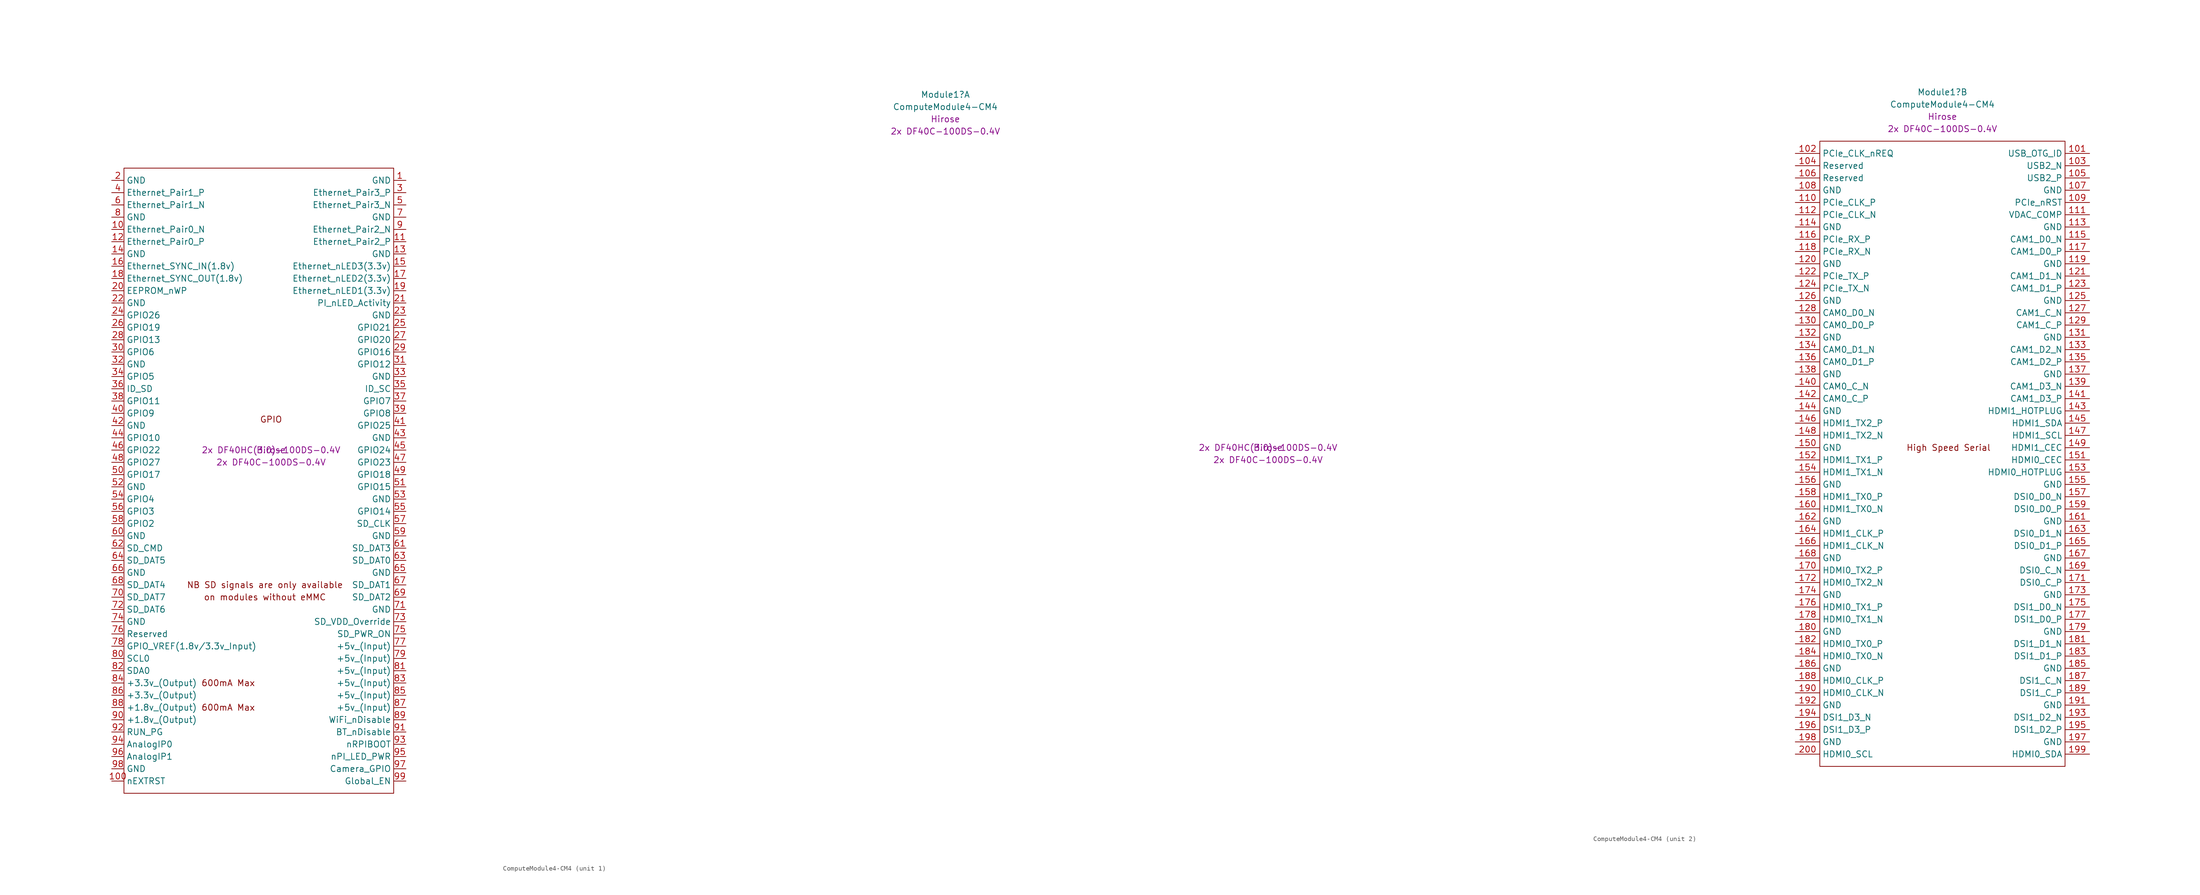
<source format=kicad_sym>
(kicad_symbol_lib
  (version 20220914)
  (generator kicad_symbol_editor)
  (symbol "ComputeModule4-CM4"
    (property "Reference" "Module1"
      (at 139.7 73.66 0)
      (effects (font (size 1.27 1.27))))
    (property "Value" "ComputeModule4-CM4"
      (at 139.7 71.12 0)
      (effects (font (size 1.27 1.27))))
    (property "Field4" "Hirose"
      (at 139.7 68.58 0)
      (effects (font (size 1.27 1.27))))
    (property "Field5" "2x DF40C-100DS-0.4V"
      (at 139.7 66.04 0)
      (effects (font (size 1.27 1.27))))
    (property "Manufacturer" "Hirose"
      (at 0 0 0)
      (effects (font (size 1.27 1.27))))
    (property "MPN" "2x DF40C-100DS-0.4V"
      (at 0 -2.54 0)
      (effects (font (size 1.27 1.27))))
    (property "MPN (Alt)" "2x DF40HC(3.0)-100DS-0.4V"
      (at 0 0 0)
      (effects (font (size 1.27 1.27))))
    (symbol "ComputeModule4-CM4_1_0"
      (text "GPIO" (at 0 6.35 0) (effects (font (size 1.27 1.27)))))
    (symbol "ComputeModule4-CM4_1_1"
      (rectangle (start -30.48 -71.12) (end 25.4 58.42) (stroke (width 0) (type default)) (fill (type none)))
      (text "600mA Max" (at -8.89 -53.34 0) (effects (font (size 1.27 1.27))))
      (text "600mA Max" (at -8.89 -48.26 0) (effects (font (size 1.27 1.27))))
      (text "NB SD signals are only available" (at -1.27 -27.94 0) (effects (font (size 1.27 1.27))))
      (text "on modules without eMMC" (at -1.27 -30.48 0) (effects (font (size 1.27 1.27))))
      (pin power_in line (at 27.94 55.88 180) (length 2.54) (name "GND" (effects (font (size 1.27 1.27)))) (number "1" (effects (font (size 1.27 1.27)))))
      (pin passive line (at -33.02 45.72 0) (length 2.54) (name "Ethernet_Pair0_N" (effects (font (size 1.27 1.27)))) (number "10" (effects (font (size 1.27 1.27)))))
      (pin output line (at -33.02 -68.58 0) (length 2.54) (name "nEXTRST" (effects (font (size 1.27 1.27)))) (number "100" (effects (font (size 1.27 1.27)))))
      (pin passive line (at 27.94 43.18 180) (length 2.54) (name "Ethernet_Pair2_P" (effects (font (size 1.27 1.27)))) (number "11" (effects (font (size 1.27 1.27)))))
      (pin passive line (at -33.02 43.18 0) (length 2.54) (name "Ethernet_Pair0_P" (effects (font (size 1.27 1.27)))) (number "12" (effects (font (size 1.27 1.27)))))
      (pin power_in line (at 27.94 40.64 180) (length 2.54) (name "GND" (effects (font (size 1.27 1.27)))) (number "13" (effects (font (size 1.27 1.27)))))
      (pin power_in line (at -33.02 40.64 0) (length 2.54) (name "GND" (effects (font (size 1.27 1.27)))) (number "14" (effects (font (size 1.27 1.27)))))
      (pin output line (at 27.94 38.1 180) (length 2.54) (name "Ethernet_nLED3(3.3v)" (effects (font (size 1.27 1.27)))) (number "15" (effects (font (size 1.27 1.27)))))
      (pin input line (at -33.02 38.1 0) (length 2.54) (name "Ethernet_SYNC_IN(1.8v)" (effects (font (size 1.27 1.27)))) (number "16" (effects (font (size 1.27 1.27)))))
      (pin output line (at 27.94 35.56 180) (length 2.54) (name "Ethernet_nLED2(3.3v)" (effects (font (size 1.27 1.27)))) (number "17" (effects (font (size 1.27 1.27)))))
      (pin input line (at -33.02 35.56 0) (length 2.54) (name "Ethernet_SYNC_OUT(1.8v)" (effects (font (size 1.27 1.27)))) (number "18" (effects (font (size 1.27 1.27)))))
      (pin output line (at 27.94 33.02 180) (length 2.54) (name "Ethernet_nLED1(3.3v)" (effects (font (size 1.27 1.27)))) (number "19" (effects (font (size 1.27 1.27)))))
      (pin power_in line (at -33.02 55.88 0) (length 2.54) (name "GND" (effects (font (size 1.27 1.27)))) (number "2" (effects (font (size 1.27 1.27)))))
      (pin passive line (at -33.02 33.02 0) (length 2.54) (name "EEPROM_nWP" (effects (font (size 1.27 1.27)))) (number "20" (effects (font (size 1.27 1.27)))))
      (pin open_collector line (at 27.94 30.48 180) (length 2.54) (name "PI_nLED_Activity" (effects (font (size 1.27 1.27)))) (number "21" (effects (font (size 1.27 1.27)))))
      (pin power_in line (at -33.02 30.48 0) (length 2.54) (name "GND" (effects (font (size 1.27 1.27)))) (number "22" (effects (font (size 1.27 1.27)))))
      (pin power_in line (at 27.94 27.94 180) (length 2.54) (name "GND" (effects (font (size 1.27 1.27)))) (number "23" (effects (font (size 1.27 1.27)))))
      (pin passive line (at -33.02 27.94 0) (length 2.54) (name "GPIO26" (effects (font (size 1.27 1.27)))) (number "24" (effects (font (size 1.27 1.27)))))
      (pin passive line (at 27.94 25.4 180) (length 2.54) (name "GPIO21" (effects (font (size 1.27 1.27)))) (number "25" (effects (font (size 1.27 1.27)))))
      (pin passive line (at -33.02 25.4 0) (length 2.54) (name "GPIO19" (effects (font (size 1.27 1.27)))) (number "26" (effects (font (size 1.27 1.27)))))
      (pin passive line (at 27.94 22.86 180) (length 2.54) (name "GPIO20" (effects (font (size 1.27 1.27)))) (number "27" (effects (font (size 1.27 1.27)))))
      (pin passive line (at -33.02 22.86 0) (length 2.54) (name "GPIO13" (effects (font (size 1.27 1.27)))) (number "28" (effects (font (size 1.27 1.27)))))
      (pin passive line (at 27.94 20.32 180) (length 2.54) (name "GPIO16" (effects (font (size 1.27 1.27)))) (number "29" (effects (font (size 1.27 1.27)))))
      (pin passive line (at 27.94 53.34 180) (length 2.54) (name "Ethernet_Pair3_P" (effects (font (size 1.27 1.27)))) (number "3" (effects (font (size 1.27 1.27)))))
      (pin passive line (at -33.02 20.32 0) (length 2.54) (name "GPIO6" (effects (font (size 1.27 1.27)))) (number "30" (effects (font (size 1.27 1.27)))))
      (pin passive line (at 27.94 17.78 180) (length 2.54) (name "GPIO12" (effects (font (size 1.27 1.27)))) (number "31" (effects (font (size 1.27 1.27)))))
      (pin power_in line (at -33.02 17.78 0) (length 2.54) (name "GND" (effects (font (size 1.27 1.27)))) (number "32" (effects (font (size 1.27 1.27)))))
      (pin power_in line (at 27.94 15.24 180) (length 2.54) (name "GND" (effects (font (size 1.27 1.27)))) (number "33" (effects (font (size 1.27 1.27)))))
      (pin passive line (at -33.02 15.24 0) (length 2.54) (name "GPIO5" (effects (font (size 1.27 1.27)))) (number "34" (effects (font (size 1.27 1.27)))))
      (pin passive line (at 27.94 12.7 180) (length 2.54) (name "ID_SC" (effects (font (size 1.27 1.27)))) (number "35" (effects (font (size 1.27 1.27)))))
      (pin passive line (at -33.02 12.7 0) (length 2.54) (name "ID_SD" (effects (font (size 1.27 1.27)))) (number "36" (effects (font (size 1.27 1.27)))))
      (pin passive line (at 27.94 10.16 180) (length 2.54) (name "GPIO7" (effects (font (size 1.27 1.27)))) (number "37" (effects (font (size 1.27 1.27)))))
      (pin passive line (at -33.02 10.16 0) (length 2.54) (name "GPIO11" (effects (font (size 1.27 1.27)))) (number "38" (effects (font (size 1.27 1.27)))))
      (pin passive line (at 27.94 7.62 180) (length 2.54) (name "GPIO8" (effects (font (size 1.27 1.27)))) (number "39" (effects (font (size 1.27 1.27)))))
      (pin passive line (at -33.02 53.34 0) (length 2.54) (name "Ethernet_Pair1_P" (effects (font (size 1.27 1.27)))) (number "4" (effects (font (size 1.27 1.27)))))
      (pin passive line (at -33.02 7.62 0) (length 2.54) (name "GPIO9" (effects (font (size 1.27 1.27)))) (number "40" (effects (font (size 1.27 1.27)))))
      (pin passive line (at 27.94 5.08 180) (length 2.54) (name "GPIO25" (effects (font (size 1.27 1.27)))) (number "41" (effects (font (size 1.27 1.27)))))
      (pin power_in line (at -33.02 5.08 0) (length 2.54) (name "GND" (effects (font (size 1.27 1.27)))) (number "42" (effects (font (size 1.27 1.27)))))
      (pin power_in line (at 27.94 2.54 180) (length 2.54) (name "GND" (effects (font (size 1.27 1.27)))) (number "43" (effects (font (size 1.27 1.27)))))
      (pin passive line (at -33.02 2.54 0) (length 2.54) (name "GPIO10" (effects (font (size 1.27 1.27)))) (number "44" (effects (font (size 1.27 1.27)))))
      (pin passive line (at 27.94 0 180) (length 2.54) (name "GPIO24" (effects (font (size 1.27 1.27)))) (number "45" (effects (font (size 1.27 1.27)))))
      (pin passive line (at -33.02 0 0) (length 2.54) (name "GPIO22" (effects (font (size 1.27 1.27)))) (number "46" (effects (font (size 1.27 1.27)))))
      (pin passive line (at 27.94 -2.54 180) (length 2.54) (name "GPIO23" (effects (font (size 1.27 1.27)))) (number "47" (effects (font (size 1.27 1.27)))))
      (pin passive line (at -33.02 -2.54 0) (length 2.54) (name "GPIO27" (effects (font (size 1.27 1.27)))) (number "48" (effects (font (size 1.27 1.27)))))
      (pin passive line (at 27.94 -5.08 180) (length 2.54) (name "GPIO18" (effects (font (size 1.27 1.27)))) (number "49" (effects (font (size 1.27 1.27)))))
      (pin passive line (at 27.94 50.8 180) (length 2.54) (name "Ethernet_Pair3_N" (effects (font (size 1.27 1.27)))) (number "5" (effects (font (size 1.27 1.27)))))
      (pin passive line (at -33.02 -5.08 0) (length 2.54) (name "GPIO17" (effects (font (size 1.27 1.27)))) (number "50" (effects (font (size 1.27 1.27)))))
      (pin passive line (at 27.94 -7.62 180) (length 2.54) (name "GPIO15" (effects (font (size 1.27 1.27)))) (number "51" (effects (font (size 1.27 1.27)))))
      (pin power_in line (at -33.02 -7.62 0) (length 2.54) (name "GND" (effects (font (size 1.27 1.27)))) (number "52" (effects (font (size 1.27 1.27)))))
      (pin power_in line (at 27.94 -10.16 180) (length 2.54) (name "GND" (effects (font (size 1.27 1.27)))) (number "53" (effects (font (size 1.27 1.27)))))
      (pin passive line (at -33.02 -10.16 0) (length 2.54) (name "GPIO4" (effects (font (size 1.27 1.27)))) (number "54" (effects (font (size 1.27 1.27)))))
      (pin passive line (at 27.94 -12.7 180) (length 2.54) (name "GPIO14" (effects (font (size 1.27 1.27)))) (number "55" (effects (font (size 1.27 1.27)))))
      (pin passive line (at -33.02 -12.7 0) (length 2.54) (name "GPIO3" (effects (font (size 1.27 1.27)))) (number "56" (effects (font (size 1.27 1.27)))))
      (pin passive line (at 27.94 -15.24 180) (length 2.54) (name "SD_CLK" (effects (font (size 1.27 1.27)))) (number "57" (effects (font (size 1.27 1.27)))))
      (pin passive line (at -33.02 -15.24 0) (length 2.54) (name "GPIO2" (effects (font (size 1.27 1.27)))) (number "58" (effects (font (size 1.27 1.27)))))
      (pin power_in line (at 27.94 -17.78 180) (length 2.54) (name "GND" (effects (font (size 1.27 1.27)))) (number "59" (effects (font (size 1.27 1.27)))))
      (pin passive line (at -33.02 50.8 0) (length 2.54) (name "Ethernet_Pair1_N" (effects (font (size 1.27 1.27)))) (number "6" (effects (font (size 1.27 1.27)))))
      (pin power_in line (at -33.02 -17.78 0) (length 2.54) (name "GND" (effects (font (size 1.27 1.27)))) (number "60" (effects (font (size 1.27 1.27)))))
      (pin passive line (at 27.94 -20.32 180) (length 2.54) (name "SD_DAT3" (effects (font (size 1.27 1.27)))) (number "61" (effects (font (size 1.27 1.27)))))
      (pin passive line (at -33.02 -20.32 0) (length 2.54) (name "SD_CMD" (effects (font (size 1.27 1.27)))) (number "62" (effects (font (size 1.27 1.27)))))
      (pin passive line (at 27.94 -22.86 180) (length 2.54) (name "SD_DAT0" (effects (font (size 1.27 1.27)))) (number "63" (effects (font (size 1.27 1.27)))))
      (pin passive line (at -33.02 -22.86 0) (length 2.54) (name "SD_DAT5" (effects (font (size 1.27 1.27)))) (number "64" (effects (font (size 1.27 1.27)))))
      (pin power_in line (at 27.94 -25.4 180) (length 2.54) (name "GND" (effects (font (size 1.27 1.27)))) (number "65" (effects (font (size 1.27 1.27)))))
      (pin power_in line (at -33.02 -25.4 0) (length 2.54) (name "GND" (effects (font (size 1.27 1.27)))) (number "66" (effects (font (size 1.27 1.27)))))
      (pin passive line (at 27.94 -27.94 180) (length 2.54) (name "SD_DAT1" (effects (font (size 1.27 1.27)))) (number "67" (effects (font (size 1.27 1.27)))))
      (pin passive line (at -33.02 -27.94 0) (length 2.54) (name "SD_DAT4" (effects (font (size 1.27 1.27)))) (number "68" (effects (font (size 1.27 1.27)))))
      (pin passive line (at 27.94 -30.48 180) (length 2.54) (name "SD_DAT2" (effects (font (size 1.27 1.27)))) (number "69" (effects (font (size 1.27 1.27)))))
      (pin power_in line (at 27.94 48.26 180) (length 2.54) (name "GND" (effects (font (size 1.27 1.27)))) (number "7" (effects (font (size 1.27 1.27)))))
      (pin passive line (at -33.02 -30.48 0) (length 2.54) (name "SD_DAT7" (effects (font (size 1.27 1.27)))) (number "70" (effects (font (size 1.27 1.27)))))
      (pin power_in line (at 27.94 -33.02 180) (length 2.54) (name "GND" (effects (font (size 1.27 1.27)))) (number "71" (effects (font (size 1.27 1.27)))))
      (pin passive line (at -33.02 -33.02 0) (length 2.54) (name "SD_DAT6" (effects (font (size 1.27 1.27)))) (number "72" (effects (font (size 1.27 1.27)))))
      (pin input line (at 27.94 -35.56 180) (length 2.54) (name "SD_VDD_Override" (effects (font (size 1.27 1.27)))) (number "73" (effects (font (size 1.27 1.27)))))
      (pin power_in line (at -33.02 -35.56 0) (length 2.54) (name "GND" (effects (font (size 1.27 1.27)))) (number "74" (effects (font (size 1.27 1.27)))))
      (pin output line (at 27.94 -38.1 180) (length 2.54) (name "SD_PWR_ON" (effects (font (size 1.27 1.27)))) (number "75" (effects (font (size 1.27 1.27)))))
      (pin passive line (at -33.02 -38.1 0) (length 2.54) (name "Reserved" (effects (font (size 1.27 1.27)))) (number "76" (effects (font (size 1.27 1.27)))))
      (pin power_in line (at 27.94 -40.64 180) (length 2.54) (name "+5v_(Input)" (effects (font (size 1.27 1.27)))) (number "77" (effects (font (size 1.27 1.27)))))
      (pin power_in line (at -33.02 -40.64 0) (length 2.54) (name "GPIO_VREF(1.8v/3.3v_Input)" (effects (font (size 1.27 1.27)))) (number "78" (effects (font (size 1.27 1.27)))))
      (pin power_in line (at 27.94 -43.18 180) (length 2.54) (name "+5v_(Input)" (effects (font (size 1.27 1.27)))) (number "79" (effects (font (size 1.27 1.27)))))
      (pin power_in line (at -33.02 48.26 0) (length 2.54) (name "GND" (effects (font (size 1.27 1.27)))) (number "8" (effects (font (size 1.27 1.27)))))
      (pin passive line (at -33.02 -43.18 0) (length 2.54) (name "SCL0" (effects (font (size 1.27 1.27)))) (number "80" (effects (font (size 1.27 1.27)))))
      (pin power_in line (at 27.94 -45.72 180) (length 2.54) (name "+5v_(Input)" (effects (font (size 1.27 1.27)))) (number "81" (effects (font (size 1.27 1.27)))))
      (pin passive line (at -33.02 -45.72 0) (length 2.54) (name "SDA0" (effects (font (size 1.27 1.27)))) (number "82" (effects (font (size 1.27 1.27)))))
      (pin power_in line (at 27.94 -48.26 180) (length 2.54) (name "+5v_(Input)" (effects (font (size 1.27 1.27)))) (number "83" (effects (font (size 1.27 1.27)))))
      (pin power_out line (at -33.02 -48.26 0) (length 2.54) (name "+3.3v_(Output)" (effects (font (size 1.27 1.27)))) (number "84" (effects (font (size 1.27 1.27)))))
      (pin power_in line (at 27.94 -50.8 180) (length 2.54) (name "+5v_(Input)" (effects (font (size 1.27 1.27)))) (number "85" (effects (font (size 1.27 1.27)))))
      (pin power_out line (at -33.02 -50.8 0) (length 2.54) (name "+3.3v_(Output)" (effects (font (size 1.27 1.27)))) (number "86" (effects (font (size 1.27 1.27)))))
      (pin power_in line (at 27.94 -53.34 180) (length 2.54) (name "+5v_(Input)" (effects (font (size 1.27 1.27)))) (number "87" (effects (font (size 1.27 1.27)))))
      (pin power_out line (at -33.02 -53.34 0) (length 2.54) (name "+1.8v_(Output)" (effects (font (size 1.27 1.27)))) (number "88" (effects (font (size 1.27 1.27)))))
      (pin power_in line (at 27.94 -55.88 180) (length 2.54) (name "WiFi_nDisable" (effects (font (size 1.27 1.27)))) (number "89" (effects (font (size 1.27 1.27)))))
      (pin passive line (at 27.94 45.72 180) (length 2.54) (name "Ethernet_Pair2_N" (effects (font (size 1.27 1.27)))) (number "9" (effects (font (size 1.27 1.27)))))
      (pin power_out line (at -33.02 -55.88 0) (length 2.54) (name "+1.8v_(Output)" (effects (font (size 1.27 1.27)))) (number "90" (effects (font (size 1.27 1.27)))))
      (pin power_in line (at 27.94 -58.42 180) (length 2.54) (name "BT_nDisable" (effects (font (size 1.27 1.27)))) (number "91" (effects (font (size 1.27 1.27)))))
      (pin passive line (at -33.02 -58.42 0) (length 2.54) (name "RUN_PG" (effects (font (size 1.27 1.27)))) (number "92" (effects (font (size 1.27 1.27)))))
      (pin input line (at 27.94 -60.96 180) (length 2.54) (name "nRPIBOOT" (effects (font (size 1.27 1.27)))) (number "93" (effects (font (size 1.27 1.27)))))
      (pin passive line (at -33.02 -60.96 0) (length 2.54) (name "AnalogIP0" (effects (font (size 1.27 1.27)))) (number "94" (effects (font (size 1.27 1.27)))))
      (pin output line (at 27.94 -63.5 180) (length 2.54) (name "nPI_LED_PWR" (effects (font (size 1.27 1.27)))) (number "95" (effects (font (size 1.27 1.27)))))
      (pin passive line (at -33.02 -63.5 0) (length 2.54) (name "AnalogIP1" (effects (font (size 1.27 1.27)))) (number "96" (effects (font (size 1.27 1.27)))))
      (pin passive line (at 27.94 -66.04 180) (length 2.54) (name "Camera_GPIO" (effects (font (size 1.27 1.27)))) (number "97" (effects (font (size 1.27 1.27)))))
      (pin power_in line (at -33.02 -66.04 0) (length 2.54) (name "GND" (effects (font (size 1.27 1.27)))) (number "98" (effects (font (size 1.27 1.27)))))
      (pin input line (at 27.94 -68.58 180) (length 2.54) (name "Global_EN" (effects (font (size 1.27 1.27)))) (number "99" (effects (font (size 1.27 1.27))))))
    (symbol "ComputeModule4-CM4_2_1"
      (rectangle (start 114.3 -66.04) (end 165.1 63.5) (stroke (width 0) (type default)) (fill (type none)))
      (text "High Speed Serial" (at 140.97 0 0) (effects (font (size 1.27 1.27))))
      (pin input line (at 170.18 60.96 180) (length 5.08) (name "USB_OTG_ID" (effects (font (size 1.27 1.27)))) (number "101" (effects (font (size 1.27 1.27)))))
      (pin input line (at 109.22 60.96 0) (length 5.08) (name "PCIe_CLK_nREQ" (effects (font (size 1.27 1.27)))) (number "102" (effects (font (size 1.27 1.27)))))
      (pin passive line (at 170.18 58.42 180) (length 5.08) (name "USB2_N" (effects (font (size 1.27 1.27)))) (number "103" (effects (font (size 1.27 1.27)))))
      (pin passive line (at 109.22 58.42 0) (length 5.08) (name "Reserved" (effects (font (size 1.27 1.27)))) (number "104" (effects (font (size 1.27 1.27)))))
      (pin passive line (at 170.18 55.88 180) (length 5.08) (name "USB2_P" (effects (font (size 1.27 1.27)))) (number "105" (effects (font (size 1.27 1.27)))))
      (pin passive line (at 109.22 55.88 0) (length 5.08) (name "Reserved" (effects (font (size 1.27 1.27)))) (number "106" (effects (font (size 1.27 1.27)))))
      (pin power_in line (at 170.18 53.34 180) (length 5.08) (name "GND" (effects (font (size 1.27 1.27)))) (number "107" (effects (font (size 1.27 1.27)))))
      (pin power_in line (at 109.22 53.34 0) (length 5.08) (name "GND" (effects (font (size 1.27 1.27)))) (number "108" (effects (font (size 1.27 1.27)))))
      (pin bidirectional line (at 170.18 50.8 180) (length 5.08) (name "PCIe_nRST" (effects (font (size 1.27 1.27)))) (number "109" (effects (font (size 1.27 1.27)))))
      (pin output line (at 109.22 50.8 0) (length 5.08) (name "PCIe_CLK_P" (effects (font (size 1.27 1.27)))) (number "110" (effects (font (size 1.27 1.27)))))
      (pin passive line (at 170.18 48.26 180) (length 5.08) (name "VDAC_COMP" (effects (font (size 1.27 1.27)))) (number "111" (effects (font (size 1.27 1.27)))))
      (pin output line (at 109.22 48.26 0) (length 5.08) (name "PCIe_CLK_N" (effects (font (size 1.27 1.27)))) (number "112" (effects (font (size 1.27 1.27)))))
      (pin power_in line (at 170.18 45.72 180) (length 5.08) (name "GND" (effects (font (size 1.27 1.27)))) (number "113" (effects (font (size 1.27 1.27)))))
      (pin power_in line (at 109.22 45.72 0) (length 5.08) (name "GND" (effects (font (size 1.27 1.27)))) (number "114" (effects (font (size 1.27 1.27)))))
      (pin input line (at 170.18 43.18 180) (length 5.08) (name "CAM1_D0_N" (effects (font (size 1.27 1.27)))) (number "115" (effects (font (size 1.27 1.27)))))
      (pin input line (at 109.22 43.18 0) (length 5.08) (name "PCIe_RX_P" (effects (font (size 1.27 1.27)))) (number "116" (effects (font (size 1.27 1.27)))))
      (pin input line (at 170.18 40.64 180) (length 5.08) (name "CAM1_D0_P" (effects (font (size 1.27 1.27)))) (number "117" (effects (font (size 1.27 1.27)))))
      (pin input line (at 109.22 40.64 0) (length 5.08) (name "PCIe_RX_N" (effects (font (size 1.27 1.27)))) (number "118" (effects (font (size 1.27 1.27)))))
      (pin power_in line (at 170.18 38.1 180) (length 5.08) (name "GND" (effects (font (size 1.27 1.27)))) (number "119" (effects (font (size 1.27 1.27)))))
      (pin power_in line (at 109.22 38.1 0) (length 5.08) (name "GND" (effects (font (size 1.27 1.27)))) (number "120" (effects (font (size 1.27 1.27)))))
      (pin input line (at 170.18 35.56 180) (length 5.08) (name "CAM1_D1_N" (effects (font (size 1.27 1.27)))) (number "121" (effects (font (size 1.27 1.27)))))
      (pin output line (at 109.22 35.56 0) (length 5.08) (name "PCIe_TX_P" (effects (font (size 1.27 1.27)))) (number "122" (effects (font (size 1.27 1.27)))))
      (pin input line (at 170.18 33.02 180) (length 5.08) (name "CAM1_D1_P" (effects (font (size 1.27 1.27)))) (number "123" (effects (font (size 1.27 1.27)))))
      (pin output line (at 109.22 33.02 0) (length 5.08) (name "PCIe_TX_N" (effects (font (size 1.27 1.27)))) (number "124" (effects (font (size 1.27 1.27)))))
      (pin power_in line (at 170.18 30.48 180) (length 5.08) (name "GND" (effects (font (size 1.27 1.27)))) (number "125" (effects (font (size 1.27 1.27)))))
      (pin power_in line (at 109.22 30.48 0) (length 5.08) (name "GND" (effects (font (size 1.27 1.27)))) (number "126" (effects (font (size 1.27 1.27)))))
      (pin input line (at 170.18 27.94 180) (length 5.08) (name "CAM1_C_N" (effects (font (size 1.27 1.27)))) (number "127" (effects (font (size 1.27 1.27)))))
      (pin input line (at 109.22 27.94 0) (length 5.08) (name "CAM0_D0_N" (effects (font (size 1.27 1.27)))) (number "128" (effects (font (size 1.27 1.27)))))
      (pin input line (at 170.18 25.4 180) (length 5.08) (name "CAM1_C_P" (effects (font (size 1.27 1.27)))) (number "129" (effects (font (size 1.27 1.27)))))
      (pin input line (at 109.22 25.4 0) (length 5.08) (name "CAM0_D0_P" (effects (font (size 1.27 1.27)))) (number "130" (effects (font (size 1.27 1.27)))))
      (pin power_in line (at 170.18 22.86 180) (length 5.08) (name "GND" (effects (font (size 1.27 1.27)))) (number "131" (effects (font (size 1.27 1.27)))))
      (pin power_in line (at 109.22 22.86 0) (length 5.08) (name "GND" (effects (font (size 1.27 1.27)))) (number "132" (effects (font (size 1.27 1.27)))))
      (pin input line (at 170.18 20.32 180) (length 5.08) (name "CAM1_D2_N" (effects (font (size 1.27 1.27)))) (number "133" (effects (font (size 1.27 1.27)))))
      (pin input line (at 109.22 20.32 0) (length 5.08) (name "CAM0_D1_N" (effects (font (size 1.27 1.27)))) (number "134" (effects (font (size 1.27 1.27)))))
      (pin input line (at 170.18 17.78 180) (length 5.08) (name "CAM1_D2_P" (effects (font (size 1.27 1.27)))) (number "135" (effects (font (size 1.27 1.27)))))
      (pin input line (at 109.22 17.78 0) (length 5.08) (name "CAM0_D1_P" (effects (font (size 1.27 1.27)))) (number "136" (effects (font (size 1.27 1.27)))))
      (pin power_in line (at 170.18 15.24 180) (length 5.08) (name "GND" (effects (font (size 1.27 1.27)))) (number "137" (effects (font (size 1.27 1.27)))))
      (pin power_in line (at 109.22 15.24 0) (length 5.08) (name "GND" (effects (font (size 1.27 1.27)))) (number "138" (effects (font (size 1.27 1.27)))))
      (pin input line (at 170.18 12.7 180) (length 5.08) (name "CAM1_D3_N" (effects (font (size 1.27 1.27)))) (number "139" (effects (font (size 1.27 1.27)))))
      (pin input line (at 109.22 12.7 0) (length 5.08) (name "CAM0_C_N" (effects (font (size 1.27 1.27)))) (number "140" (effects (font (size 1.27 1.27)))))
      (pin input line (at 170.18 10.16 180) (length 5.08) (name "CAM1_D3_P" (effects (font (size 1.27 1.27)))) (number "141" (effects (font (size 1.27 1.27)))))
      (pin input line (at 109.22 10.16 0) (length 5.08) (name "CAM0_C_P" (effects (font (size 1.27 1.27)))) (number "142" (effects (font (size 1.27 1.27)))))
      (pin input line (at 170.18 7.62 180) (length 5.08) (name "HDMI1_HOTPLUG" (effects (font (size 1.27 1.27)))) (number "143" (effects (font (size 1.27 1.27)))))
      (pin power_in line (at 109.22 7.62 0) (length 5.08) (name "GND" (effects (font (size 1.27 1.27)))) (number "144" (effects (font (size 1.27 1.27)))))
      (pin bidirectional line (at 170.18 5.08 180) (length 5.08) (name "HDMI1_SDA" (effects (font (size 1.27 1.27)))) (number "145" (effects (font (size 1.27 1.27)))))
      (pin output line (at 109.22 5.08 0) (length 5.08) (name "HDMI1_TX2_P" (effects (font (size 1.27 1.27)))) (number "146" (effects (font (size 1.27 1.27)))))
      (pin open_collector line (at 170.18 2.54 180) (length 5.08) (name "HDMI1_SCL" (effects (font (size 1.27 1.27)))) (number "147" (effects (font (size 1.27 1.27)))))
      (pin output line (at 109.22 2.54 0) (length 5.08) (name "HDMI1_TX2_N" (effects (font (size 1.27 1.27)))) (number "148" (effects (font (size 1.27 1.27)))))
      (pin open_collector line (at 170.18 0 180) (length 5.08) (name "HDMI1_CEC" (effects (font (size 1.27 1.27)))) (number "149" (effects (font (size 1.27 1.27)))))
      (pin power_in line (at 109.22 0 0) (length 5.08) (name "GND" (effects (font (size 1.27 1.27)))) (number "150" (effects (font (size 1.27 1.27)))))
      (pin open_collector line (at 170.18 -2.54 180) (length 5.08) (name "HDMI0_CEC" (effects (font (size 1.27 1.27)))) (number "151" (effects (font (size 1.27 1.27)))))
      (pin output line (at 109.22 -2.54 0) (length 5.08) (name "HDMI1_TX1_P" (effects (font (size 1.27 1.27)))) (number "152" (effects (font (size 1.27 1.27)))))
      (pin input line (at 170.18 -5.08 180) (length 5.08) (name "HDMI0_HOTPLUG" (effects (font (size 1.27 1.27)))) (number "153" (effects (font (size 1.27 1.27)))))
      (pin output line (at 109.22 -5.08 0) (length 5.08) (name "HDMI1_TX1_N" (effects (font (size 1.27 1.27)))) (number "154" (effects (font (size 1.27 1.27)))))
      (pin power_in line (at 170.18 -7.62 180) (length 5.08) (name "GND" (effects (font (size 1.27 1.27)))) (number "155" (effects (font (size 1.27 1.27)))))
      (pin power_in line (at 109.22 -7.62 0) (length 5.08) (name "GND" (effects (font (size 1.27 1.27)))) (number "156" (effects (font (size 1.27 1.27)))))
      (pin output line (at 170.18 -10.16 180) (length 5.08) (name "DSI0_D0_N" (effects (font (size 1.27 1.27)))) (number "157" (effects (font (size 1.27 1.27)))))
      (pin output line (at 109.22 -10.16 0) (length 5.08) (name "HDMI1_TX0_P" (effects (font (size 1.27 1.27)))) (number "158" (effects (font (size 1.27 1.27)))))
      (pin output line (at 170.18 -12.7 180) (length 5.08) (name "DSI0_D0_P" (effects (font (size 1.27 1.27)))) (number "159" (effects (font (size 1.27 1.27)))))
      (pin output line (at 109.22 -12.7 0) (length 5.08) (name "HDMI1_TX0_N" (effects (font (size 1.27 1.27)))) (number "160" (effects (font (size 1.27 1.27)))))
      (pin power_in line (at 170.18 -15.24 180) (length 5.08) (name "GND" (effects (font (size 1.27 1.27)))) (number "161" (effects (font (size 1.27 1.27)))))
      (pin power_in line (at 109.22 -15.24 0) (length 5.08) (name "GND" (effects (font (size 1.27 1.27)))) (number "162" (effects (font (size 1.27 1.27)))))
      (pin output line (at 170.18 -17.78 180) (length 5.08) (name "DSI0_D1_N" (effects (font (size 1.27 1.27)))) (number "163" (effects (font (size 1.27 1.27)))))
      (pin output line (at 109.22 -17.78 0) (length 5.08) (name "HDMI1_CLK_P" (effects (font (size 1.27 1.27)))) (number "164" (effects (font (size 1.27 1.27)))))
      (pin output line (at 170.18 -20.32 180) (length 5.08) (name "DSI0_D1_P" (effects (font (size 1.27 1.27)))) (number "165" (effects (font (size 1.27 1.27)))))
      (pin output line (at 109.22 -20.32 0) (length 5.08) (name "HDMI1_CLK_N" (effects (font (size 1.27 1.27)))) (number "166" (effects (font (size 1.27 1.27)))))
      (pin power_in line (at 170.18 -22.86 180) (length 5.08) (name "GND" (effects (font (size 1.27 1.27)))) (number "167" (effects (font (size 1.27 1.27)))))
      (pin power_in line (at 109.22 -22.86 0) (length 5.08) (name "GND" (effects (font (size 1.27 1.27)))) (number "168" (effects (font (size 1.27 1.27)))))
      (pin output line (at 170.18 -25.4 180) (length 5.08) (name "DSI0_C_N" (effects (font (size 1.27 1.27)))) (number "169" (effects (font (size 1.27 1.27)))))
      (pin output line (at 109.22 -25.4 0) (length 5.08) (name "HDMI0_TX2_P" (effects (font (size 1.27 1.27)))) (number "170" (effects (font (size 1.27 1.27)))))
      (pin output line (at 170.18 -27.94 180) (length 5.08) (name "DSI0_C_P" (effects (font (size 1.27 1.27)))) (number "171" (effects (font (size 1.27 1.27)))))
      (pin output line (at 109.22 -27.94 0) (length 5.08) (name "HDMI0_TX2_N" (effects (font (size 1.27 1.27)))) (number "172" (effects (font (size 1.27 1.27)))))
      (pin power_in line (at 170.18 -30.48 180) (length 5.08) (name "GND" (effects (font (size 1.27 1.27)))) (number "173" (effects (font (size 1.27 1.27)))))
      (pin power_in line (at 109.22 -30.48 0) (length 5.08) (name "GND" (effects (font (size 1.27 1.27)))) (number "174" (effects (font (size 1.27 1.27)))))
      (pin output line (at 170.18 -33.02 180) (length 5.08) (name "DSI1_D0_N" (effects (font (size 1.27 1.27)))) (number "175" (effects (font (size 1.27 1.27)))))
      (pin output line (at 109.22 -33.02 0) (length 5.08) (name "HDMI0_TX1_P" (effects (font (size 1.27 1.27)))) (number "176" (effects (font (size 1.27 1.27)))))
      (pin output line (at 170.18 -35.56 180) (length 5.08) (name "DSI1_D0_P" (effects (font (size 1.27 1.27)))) (number "177" (effects (font (size 1.27 1.27)))))
      (pin output line (at 109.22 -35.56 0) (length 5.08) (name "HDMI0_TX1_N" (effects (font (size 1.27 1.27)))) (number "178" (effects (font (size 1.27 1.27)))))
      (pin power_in line (at 170.18 -38.1 180) (length 5.08) (name "GND" (effects (font (size 1.27 1.27)))) (number "179" (effects (font (size 1.27 1.27)))))
      (pin power_in line (at 109.22 -38.1 0) (length 5.08) (name "GND" (effects (font (size 1.27 1.27)))) (number "180" (effects (font (size 1.27 1.27)))))
      (pin output line (at 170.18 -40.64 180) (length 5.08) (name "DSI1_D1_N" (effects (font (size 1.27 1.27)))) (number "181" (effects (font (size 1.27 1.27)))))
      (pin output line (at 109.22 -40.64 0) (length 5.08) (name "HDMI0_TX0_P" (effects (font (size 1.27 1.27)))) (number "182" (effects (font (size 1.27 1.27)))))
      (pin output line (at 170.18 -43.18 180) (length 5.08) (name "DSI1_D1_P" (effects (font (size 1.27 1.27)))) (number "183" (effects (font (size 1.27 1.27)))))
      (pin output line (at 109.22 -43.18 0) (length 5.08) (name "HDMI0_TX0_N" (effects (font (size 1.27 1.27)))) (number "184" (effects (font (size 1.27 1.27)))))
      (pin power_in line (at 170.18 -45.72 180) (length 5.08) (name "GND" (effects (font (size 1.27 1.27)))) (number "185" (effects (font (size 1.27 1.27)))))
      (pin power_in line (at 109.22 -45.72 0) (length 5.08) (name "GND" (effects (font (size 1.27 1.27)))) (number "186" (effects (font (size 1.27 1.27)))))
      (pin output line (at 170.18 -48.26 180) (length 5.08) (name "DSI1_C_N" (effects (font (size 1.27 1.27)))) (number "187" (effects (font (size 1.27 1.27)))))
      (pin output line (at 109.22 -48.26 0) (length 5.08) (name "HDMI0_CLK_P" (effects (font (size 1.27 1.27)))) (number "188" (effects (font (size 1.27 1.27)))))
      (pin output line (at 170.18 -50.8 180) (length 5.08) (name "DSI1_C_P" (effects (font (size 1.27 1.27)))) (number "189" (effects (font (size 1.27 1.27)))))
      (pin output line (at 109.22 -50.8 0) (length 5.08) (name "HDMI0_CLK_N" (effects (font (size 1.27 1.27)))) (number "190" (effects (font (size 1.27 1.27)))))
      (pin power_in line (at 170.18 -53.34 180) (length 5.08) (name "GND" (effects (font (size 1.27 1.27)))) (number "191" (effects (font (size 1.27 1.27)))))
      (pin power_in line (at 109.22 -53.34 0) (length 5.08) (name "GND" (effects (font (size 1.27 1.27)))) (number "192" (effects (font (size 1.27 1.27)))))
      (pin output line (at 170.18 -55.88 180) (length 5.08) (name "DSI1_D2_N" (effects (font (size 1.27 1.27)))) (number "193" (effects (font (size 1.27 1.27)))))
      (pin output line (at 109.22 -55.88 0) (length 5.08) (name "DSI1_D3_N" (effects (font (size 1.27 1.27)))) (number "194" (effects (font (size 1.27 1.27)))))
      (pin output line (at 170.18 -58.42 180) (length 5.08) (name "DSI1_D2_P" (effects (font (size 1.27 1.27)))) (number "195" (effects (font (size 1.27 1.27)))))
      (pin output line (at 109.22 -58.42 0) (length 5.08) (name "DSI1_D3_P" (effects (font (size 1.27 1.27)))) (number "196" (effects (font (size 1.27 1.27)))))
      (pin power_in line (at 170.18 -60.96 180) (length 5.08) (name "GND" (effects (font (size 1.27 1.27)))) (number "197" (effects (font (size 1.27 1.27)))))
      (pin power_in line (at 109.22 -60.96 0) (length 5.08) (name "GND" (effects (font (size 1.27 1.27)))) (number "198" (effects (font (size 1.27 1.27)))))
      (pin bidirectional line (at 170.18 -63.5 180) (length 5.08) (name "HDMI0_SDA" (effects (font (size 1.27 1.27)))) (number "199" (effects (font (size 1.27 1.27)))))
      (pin open_collector line (at 109.22 -63.5 0) (length 5.08) (name "HDMI0_SCL" (effects (font (size 1.27 1.27)))) (number "200" (effects (font (size 1.27 1.27))))))))
</source>
